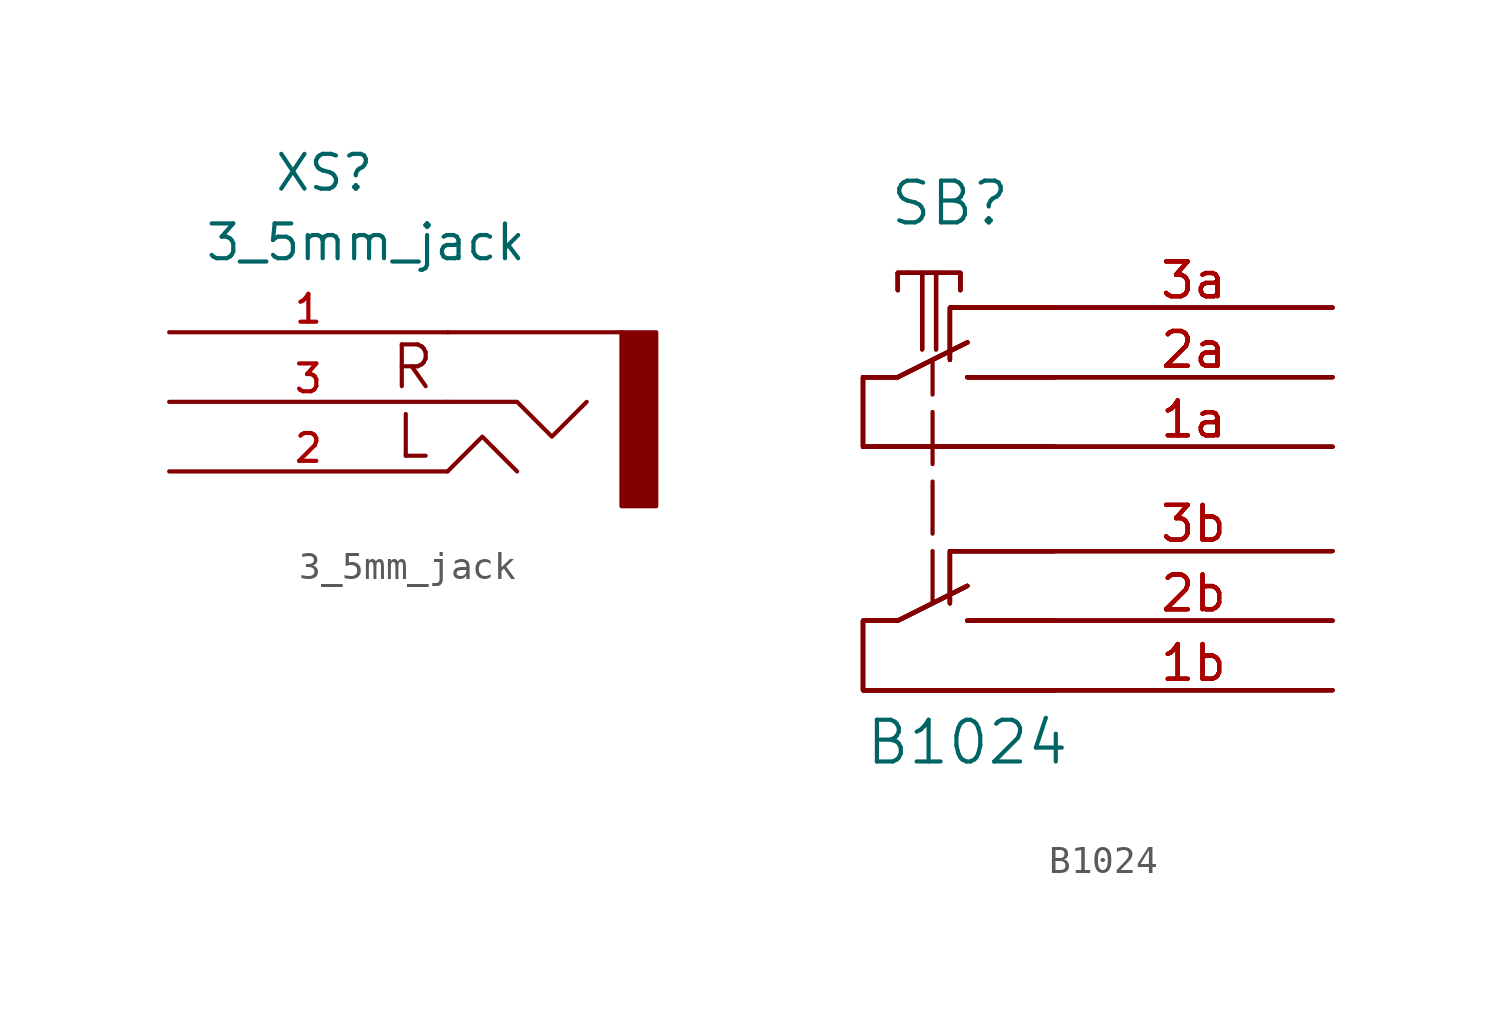
<source format=kicad_sym>
(kicad_symbol_lib
  (version 20211014)
  (generator kicad_symbol_editor)
  (symbol "3_5mm_jack"
    (pin_names
      (offset 1.016))
    (property "Reference" "XS"
      (at 3.81 5.08 0)
      (effects (font (size 1.27 1.27)) (justify left bottom)))
    (property "Value" "3_5mm_jack"
      (at 1.27 2.54 0)
      (effects (font (size 1.27 1.27)) (justify left bottom)))
    (property "Datasheet" ""
      (at 0 0 0)
      (effects (font (size 1.524 1.524))))
    (property "ki_locked" ""
      (at 0 0 0)
      (effects (font (size 1.27 1.27))))
    (symbol "3_5mm_jack_0_0"
      (text "L" (at 8.89 -3.81 0) (effects (font (size 1.524 1.524))))
      (text "R" (at 8.89 -1.27 0) (effects (font (size 1.524 1.524)))))
    (symbol "3_5mm_jack_0_1"
      (polyline (pts (xy 10.16 0) (xy 16.51 0)) (stroke (width 0) (type default) (color 0 0 0 0)) (fill (type none)))
      (polyline (pts (xy 10.16 -5.08) (xy 11.43 -3.81) (xy 12.7 -5.08)) (stroke (width 0) (type default) (color 0 0 0 0)) (fill (type none)))
      (polyline (pts (xy 15.24 -2.54) (xy 13.97 -3.81) (xy 12.7 -2.54) (xy 10.16 -2.54)) (stroke (width 0) (type default) (color 0 0 0 0)) (fill (type none)))
      (rectangle (start 16.51 0) (end 17.78 -6.35) (stroke (width 0) (type default) (color 0 0 0 0)) (fill (type outline))))
    (symbol "3_5mm_jack_1_1"
      (pin passive line (at 0 0 0) (length 10.16) (name "~" (effects (font (size 1.016 1.016)))) (number "1" (effects (font (size 1.016 1.016)))))
      (pin input line (at 0 -5.08 0) (length 10.16) (name "~" (effects (font (size 1.016 1.016)))) (number "2" (effects (font (size 1.016 1.016)))))
      (pin input line (at 0 -2.54 0) (length 10.16) (name "~" (effects (font (size 1.016 1.016)))) (number "3" (effects (font (size 1.016 1.016)))))))
  (symbol "B1024"
    (pin_names
      (offset 1.016))
    (property "Reference" "SB"
      (at -13.97 3.81 0)
      (effects (font (size 1.524 1.524))))
    (property "Value" "B1024"
      (at -13.335 -15.875 0)
      (effects (font (size 1.524 1.524))))
    (property "Footprint" ""
      (at 0 0 0)
      (effects (font (size 1.524 1.524))))
    (property "Datasheet" ""
      (at 0 0 0)
      (effects (font (size 1.524 1.524))))
    (symbol "B1024_0_1"
      (polyline (pts (xy -15.875 1.27) (xy -15.875 0.635)) (stroke (width 0) (type default) (color 0 0 0 0)) (fill (type none)))
      (polyline (pts (xy -15.875 1.27) (xy -15.875 0.635)) (stroke (width 0) (type default) (color 0 0 0 0)) (fill (type none)))
      (polyline (pts (xy -15.875 1.27) (xy -15.875 0.635)) (stroke (width 0) (type default) (color 0 0 0 0)) (fill (type none)))
      (polyline (pts (xy -15.875 1.27) (xy -15.875 0.635)) (stroke (width 0) (type default) (color 0 0 0 0)) (fill (type none)))
      (polyline (pts (xy -14.986 1.27) (xy -14.986 -1.524)) (stroke (width 0) (type default) (color 0 0 0 0)) (fill (type none)))
      (polyline (pts (xy -14.986 1.27) (xy -14.986 -1.524)) (stroke (width 0) (type default) (color 0 0 0 0)) (fill (type none)))
      (polyline (pts (xy -14.986 1.27) (xy -14.986 -1.524)) (stroke (width 0) (type default) (color 0 0 0 0)) (fill (type none)))
      (polyline (pts (xy -14.986 1.27) (xy -14.986 -1.524)) (stroke (width 0) (type default) (color 0 0 0 0)) (fill (type none)))
      (polyline (pts (xy -14.605 -8.89) (xy -14.605 -10.795)) (stroke (width 0) (type default) (color 0 0 0 0)) (fill (type none)))
      (polyline (pts (xy -14.605 -6.35) (xy -14.605 -8.255)) (stroke (width 0) (type default) (color 0 0 0 0)) (fill (type none)))
      (polyline (pts (xy -14.605 -3.81) (xy -14.605 -5.715)) (stroke (width 0) (type default) (color 0 0 0 0)) (fill (type none)))
      (polyline (pts (xy -14.478 1.27) (xy -14.478 -1.524)) (stroke (width 0) (type default) (color 0 0 0 0)) (fill (type none)))
      (polyline (pts (xy -14.478 1.27) (xy -14.478 -1.524)) (stroke (width 0) (type default) (color 0 0 0 0)) (fill (type none)))
      (polyline (pts (xy -14.478 1.27) (xy -14.478 -1.524)) (stroke (width 0) (type default) (color 0 0 0 0)) (fill (type none)))
      (polyline (pts (xy -14.478 1.27) (xy -14.478 -1.524)) (stroke (width 0) (type default) (color 0 0 0 0)) (fill (type none)))
      (polyline (pts (xy -13.335 -10.16) (xy -15.875 -11.43)) (stroke (width 0) (type default) (color 0 0 0 0)) (fill (type none)))
      (polyline (pts (xy -13.335 -10.16) (xy -15.875 -11.43)) (stroke (width 0) (type default) (color 0 0 0 0)) (fill (type none)))
      (polyline (pts (xy -13.335 -10.16) (xy -15.875 -11.43)) (stroke (width 0) (type default) (color 0 0 0 0)) (fill (type none)))
      (polyline (pts (xy -13.335 -10.16) (xy -15.875 -11.43)) (stroke (width 0) (type default) (color 0 0 0 0)) (fill (type none)))
      (polyline (pts (xy -13.335 -10.16) (xy -15.875 -11.43)) (stroke (width 0) (type default) (color 0 0 0 0)) (fill (type none)))
      (polyline (pts (xy -13.335 -10.16) (xy -15.875 -11.43)) (stroke (width 0) (type default) (color 0 0 0 0)) (fill (type none)))
      (polyline (pts (xy -13.335 -10.16) (xy -15.875 -11.43)) (stroke (width 0) (type default) (color 0 0 0 0)) (fill (type none)))
      (polyline (pts (xy -13.335 -10.16) (xy -15.875 -11.43)) (stroke (width 0) (type default) (color 0 0 0 0)) (fill (type none)))
      (polyline (pts (xy -13.335 -1.27) (xy -15.875 -2.54)) (stroke (width 0) (type default) (color 0 0 0 0)) (fill (type none)))
      (polyline (pts (xy -13.335 -1.27) (xy -15.875 -2.54)) (stroke (width 0) (type default) (color 0 0 0 0)) (fill (type none)))
      (polyline (pts (xy -13.335 -1.27) (xy -15.875 -2.54)) (stroke (width 0) (type default) (color 0 0 0 0)) (fill (type none)))
      (polyline (pts (xy -13.335 -1.27) (xy -15.875 -2.54)) (stroke (width 0) (type default) (color 0 0 0 0)) (fill (type none)))
      (polyline (pts (xy -13.335 -1.27) (xy -15.875 -2.54)) (stroke (width 0) (type default) (color 0 0 0 0)) (fill (type none)))
      (polyline (pts (xy -13.335 -1.27) (xy -15.875 -2.54)) (stroke (width 0) (type default) (color 0 0 0 0)) (fill (type none)))
      (polyline (pts (xy -13.335 -1.27) (xy -15.875 -2.54)) (stroke (width 0) (type default) (color 0 0 0 0)) (fill (type none)))
      (polyline (pts (xy -13.335 -1.27) (xy -15.875 -2.54)) (stroke (width 0) (type default) (color 0 0 0 0)) (fill (type none)))
      (polyline (pts (xy -10.16 -11.43) (xy -13.335 -11.43)) (stroke (width 0) (type default) (color 0 0 0 0)) (fill (type none)))
      (polyline (pts (xy -10.16 -11.43) (xy -13.335 -11.43)) (stroke (width 0) (type default) (color 0 0 0 0)) (fill (type none)))
      (polyline (pts (xy -10.16 -11.43) (xy -13.335 -11.43)) (stroke (width 0) (type default) (color 0 0 0 0)) (fill (type none)))
      (polyline (pts (xy -10.16 -11.43) (xy -13.335 -11.43)) (stroke (width 0) (type default) (color 0 0 0 0)) (fill (type none)))
      (polyline (pts (xy -10.16 -11.43) (xy -13.335 -11.43)) (stroke (width 0) (type default) (color 0 0 0 0)) (fill (type none)))
      (polyline (pts (xy -10.16 -11.43) (xy -13.335 -11.43)) (stroke (width 0) (type default) (color 0 0 0 0)) (fill (type none)))
      (polyline (pts (xy -10.16 -11.43) (xy -13.335 -11.43)) (stroke (width 0) (type default) (color 0 0 0 0)) (fill (type none)))
      (polyline (pts (xy -10.16 -11.43) (xy -13.335 -11.43)) (stroke (width 0) (type default) (color 0 0 0 0)) (fill (type none)))
      (polyline (pts (xy -10.16 -2.54) (xy -13.335 -2.54)) (stroke (width 0) (type default) (color 0 0 0 0)) (fill (type none)))
      (polyline (pts (xy -10.16 -2.54) (xy -13.335 -2.54)) (stroke (width 0) (type default) (color 0 0 0 0)) (fill (type none)))
      (polyline (pts (xy -10.16 -2.54) (xy -13.335 -2.54)) (stroke (width 0) (type default) (color 0 0 0 0)) (fill (type none)))
      (polyline (pts (xy -10.16 -2.54) (xy -13.335 -2.54)) (stroke (width 0) (type default) (color 0 0 0 0)) (fill (type none)))
      (polyline (pts (xy -10.16 -2.54) (xy -13.335 -2.54)) (stroke (width 0) (type default) (color 0 0 0 0)) (fill (type none)))
      (polyline (pts (xy -10.16 -2.54) (xy -13.335 -2.54)) (stroke (width 0) (type default) (color 0 0 0 0)) (fill (type none)))
      (polyline (pts (xy -10.16 -2.54) (xy -13.335 -2.54)) (stroke (width 0) (type default) (color 0 0 0 0)) (fill (type none)))
      (polyline (pts (xy -10.16 -2.54) (xy -13.335 -2.54)) (stroke (width 0) (type default) (color 0 0 0 0)) (fill (type none)))
      (polyline (pts (xy -15.494 1.27) (xy -15.875 1.27) (xy -15.875 1.27)) (stroke (width 0) (type default) (color 0 0 0 0)) (fill (type none)))
      (polyline (pts (xy -15.494 1.27) (xy -15.875 1.27) (xy -15.875 1.27)) (stroke (width 0) (type default) (color 0 0 0 0)) (fill (type none)))
      (polyline (pts (xy -15.494 1.27) (xy -15.875 1.27) (xy -15.875 1.27)) (stroke (width 0) (type default) (color 0 0 0 0)) (fill (type none)))
      (polyline (pts (xy -15.494 1.27) (xy -15.875 1.27) (xy -15.875 1.27)) (stroke (width 0) (type default) (color 0 0 0 0)) (fill (type none)))
      (polyline (pts (xy -15.494 1.27) (xy -13.589 1.27) (xy -13.589 0.635)) (stroke (width 0) (type default) (color 0 0 0 0)) (fill (type none)))
      (polyline (pts (xy -15.494 1.27) (xy -13.589 1.27) (xy -13.589 0.635)) (stroke (width 0) (type default) (color 0 0 0 0)) (fill (type none)))
      (polyline (pts (xy -15.494 1.27) (xy -13.589 1.27) (xy -13.589 0.635)) (stroke (width 0) (type default) (color 0 0 0 0)) (fill (type none)))
      (polyline (pts (xy -15.494 1.27) (xy -13.589 1.27) (xy -13.589 0.635)) (stroke (width 0) (type default) (color 0 0 0 0)) (fill (type none)))
      (polyline (pts (xy -14.605 -1.905) (xy -14.605 -3.175) (xy -14.605 -3.175)) (stroke (width 0) (type default) (color 0 0 0 0)) (fill (type none)))
      (polyline (pts (xy -13.97 -10.795) (xy -13.97 -8.89) (xy -10.16 -8.89)) (stroke (width 0) (type default) (color 0 0 0 0)) (fill (type none)))
      (polyline (pts (xy -13.97 -10.795) (xy -13.97 -8.89) (xy -10.16 -8.89)) (stroke (width 0) (type default) (color 0 0 0 0)) (fill (type none)))
      (polyline (pts (xy -13.97 -10.795) (xy -13.97 -8.89) (xy -10.16 -8.89)) (stroke (width 0) (type default) (color 0 0 0 0)) (fill (type none)))
      (polyline (pts (xy -13.97 -10.795) (xy -13.97 -8.89) (xy -10.16 -8.89)) (stroke (width 0) (type default) (color 0 0 0 0)) (fill (type none)))
      (polyline (pts (xy -13.97 -10.795) (xy -13.97 -8.89) (xy -10.16 -8.89)) (stroke (width 0) (type default) (color 0 0 0 0)) (fill (type none)))
      (polyline (pts (xy -13.97 -10.795) (xy -13.97 -8.89) (xy -10.16 -8.89)) (stroke (width 0) (type default) (color 0 0 0 0)) (fill (type none)))
      (polyline (pts (xy -13.97 -10.795) (xy -13.97 -8.89) (xy -10.16 -8.89)) (stroke (width 0) (type default) (color 0 0 0 0)) (fill (type none)))
      (polyline (pts (xy -13.97 -10.795) (xy -13.97 -8.89) (xy -10.16 -8.89)) (stroke (width 0) (type default) (color 0 0 0 0)) (fill (type none)))
      (polyline (pts (xy -13.97 -1.905) (xy -13.97 0) (xy -10.16 0)) (stroke (width 0) (type default) (color 0 0 0 0)) (fill (type none)))
      (polyline (pts (xy -13.97 -1.905) (xy -13.97 0) (xy -10.16 0)) (stroke (width 0) (type default) (color 0 0 0 0)) (fill (type none)))
      (polyline (pts (xy -13.97 -1.905) (xy -13.97 0) (xy -10.16 0)) (stroke (width 0) (type default) (color 0 0 0 0)) (fill (type none)))
      (polyline (pts (xy -13.97 -1.905) (xy -13.97 0) (xy -10.16 0)) (stroke (width 0) (type default) (color 0 0 0 0)) (fill (type none)))
      (polyline (pts (xy -13.97 -1.905) (xy -13.97 0) (xy -10.16 0)) (stroke (width 0) (type default) (color 0 0 0 0)) (fill (type none)))
      (polyline (pts (xy -13.97 -1.905) (xy -13.97 0) (xy -10.16 0)) (stroke (width 0) (type default) (color 0 0 0 0)) (fill (type none)))
      (polyline (pts (xy -13.97 -1.905) (xy -13.97 0) (xy -10.16 0)) (stroke (width 0) (type default) (color 0 0 0 0)) (fill (type none)))
      (polyline (pts (xy -13.97 -1.905) (xy -13.97 0) (xy -10.16 0)) (stroke (width 0) (type default) (color 0 0 0 0)) (fill (type none)))
      (polyline (pts (xy -15.875 -11.43) (xy -17.145 -11.43) (xy -17.145 -13.97) (xy -10.16 -13.97)) (stroke (width 0) (type default) (color 0 0 0 0)) (fill (type none)))
      (polyline (pts (xy -15.875 -11.43) (xy -17.145 -11.43) (xy -17.145 -13.97) (xy -10.16 -13.97)) (stroke (width 0) (type default) (color 0 0 0 0)) (fill (type none)))
      (polyline (pts (xy -15.875 -11.43) (xy -17.145 -11.43) (xy -17.145 -13.97) (xy -10.16 -13.97)) (stroke (width 0) (type default) (color 0 0 0 0)) (fill (type none)))
      (polyline (pts (xy -15.875 -11.43) (xy -17.145 -11.43) (xy -17.145 -13.97) (xy -10.16 -13.97)) (stroke (width 0) (type default) (color 0 0 0 0)) (fill (type none)))
      (polyline (pts (xy -15.875 -11.43) (xy -17.145 -11.43) (xy -17.145 -13.97) (xy -10.16 -13.97)) (stroke (width 0) (type default) (color 0 0 0 0)) (fill (type none)))
      (polyline (pts (xy -15.875 -11.43) (xy -17.145 -11.43) (xy -17.145 -13.97) (xy -10.16 -13.97)) (stroke (width 0) (type default) (color 0 0 0 0)) (fill (type none)))
      (polyline (pts (xy -15.875 -11.43) (xy -17.145 -11.43) (xy -17.145 -13.97) (xy -10.16 -13.97)) (stroke (width 0) (type default) (color 0 0 0 0)) (fill (type none)))
      (polyline (pts (xy -15.875 -11.43) (xy -17.145 -11.43) (xy -17.145 -13.97) (xy -10.16 -13.97)) (stroke (width 0) (type default) (color 0 0 0 0)) (fill (type none)))
      (polyline (pts (xy -15.875 -2.54) (xy -17.145 -2.54) (xy -17.145 -5.08) (xy -10.16 -5.08)) (stroke (width 0) (type default) (color 0 0 0 0)) (fill (type none)))
      (polyline (pts (xy -15.875 -2.54) (xy -17.145 -2.54) (xy -17.145 -5.08) (xy -10.16 -5.08)) (stroke (width 0) (type default) (color 0 0 0 0)) (fill (type none)))
      (polyline (pts (xy -15.875 -2.54) (xy -17.145 -2.54) (xy -17.145 -5.08) (xy -10.16 -5.08)) (stroke (width 0) (type default) (color 0 0 0 0)) (fill (type none)))
      (polyline (pts (xy -15.875 -2.54) (xy -17.145 -2.54) (xy -17.145 -5.08) (xy -10.16 -5.08)) (stroke (width 0) (type default) (color 0 0 0 0)) (fill (type none)))
      (polyline (pts (xy -15.875 -2.54) (xy -17.145 -2.54) (xy -17.145 -5.08) (xy -10.16 -5.08)) (stroke (width 0) (type default) (color 0 0 0 0)) (fill (type none)))
      (polyline (pts (xy -15.875 -2.54) (xy -17.145 -2.54) (xy -17.145 -5.08) (xy -10.16 -5.08)) (stroke (width 0) (type default) (color 0 0 0 0)) (fill (type none)))
      (polyline (pts (xy -15.875 -2.54) (xy -17.145 -2.54) (xy -17.145 -5.08) (xy -10.16 -5.08)) (stroke (width 0) (type default) (color 0 0 0 0)) (fill (type none)))
      (polyline (pts (xy -15.875 -2.54) (xy -17.145 -2.54) (xy -17.145 -5.08) (xy -10.16 -5.08)) (stroke (width 0) (type default) (color 0 0 0 0)) (fill (type none))))
    (symbol "B1024_1_1"
      (pin passive line (at 0 -5.08 180) (length 10.16) (name "~" (effects (font (size 1.27 1.27)))) (number "1a" (effects (font (size 1.27 1.27)))))
      (pin passive line (at 0 -5.08 180) (length 10.16) (name "~" (effects (font (size 1.27 1.27)))) (number "1a" (effects (font (size 1.27 1.27)))))
      (pin passive line (at 0 -5.08 180) (length 10.16) (name "~" (effects (font (size 1.27 1.27)))) (number "1a" (effects (font (size 1.27 1.27)))))
      (pin passive line (at 0 -5.08 180) (length 10.16) (name "~" (effects (font (size 1.27 1.27)))) (number "1a" (effects (font (size 1.27 1.27)))))
      (pin passive line (at 0 -13.97 180) (length 10.16) (name "~" (effects (font (size 1.27 1.27)))) (number "1b" (effects (font (size 1.27 1.27)))))
      (pin passive line (at 0 -13.97 180) (length 10.16) (name "~" (effects (font (size 1.27 1.27)))) (number "1b" (effects (font (size 1.27 1.27)))))
      (pin passive line (at 0 -13.97 180) (length 10.16) (name "~" (effects (font (size 1.27 1.27)))) (number "1b" (effects (font (size 1.27 1.27)))))
      (pin passive line (at 0 -13.97 180) (length 10.16) (name "~" (effects (font (size 1.27 1.27)))) (number "1b" (effects (font (size 1.27 1.27)))))
      (pin passive line (at 0 -2.54 180) (length 10.16) (name "~" (effects (font (size 1.27 1.27)))) (number "2a" (effects (font (size 1.27 1.27)))))
      (pin passive line (at 0 -2.54 180) (length 10.16) (name "~" (effects (font (size 1.27 1.27)))) (number "2a" (effects (font (size 1.27 1.27)))))
      (pin passive line (at 0 -2.54 180) (length 10.16) (name "~" (effects (font (size 1.27 1.27)))) (number "2a" (effects (font (size 1.27 1.27)))))
      (pin passive line (at 0 -2.54 180) (length 10.16) (name "~" (effects (font (size 1.27 1.27)))) (number "2a" (effects (font (size 1.27 1.27)))))
      (pin passive line (at 0 -11.43 180) (length 10.16) (name "~" (effects (font (size 1.27 1.27)))) (number "2b" (effects (font (size 1.27 1.27)))))
      (pin passive line (at 0 -11.43 180) (length 10.16) (name "~" (effects (font (size 1.27 1.27)))) (number "2b" (effects (font (size 1.27 1.27)))))
      (pin passive line (at 0 -11.43 180) (length 10.16) (name "~" (effects (font (size 1.27 1.27)))) (number "2b" (effects (font (size 1.27 1.27)))))
      (pin passive line (at 0 -11.43 180) (length 10.16) (name "~" (effects (font (size 1.27 1.27)))) (number "2b" (effects (font (size 1.27 1.27)))))
      (pin passive line (at 0 0 180) (length 10.16) (name "~" (effects (font (size 1.27 1.27)))) (number "3a" (effects (font (size 1.27 1.27)))))
      (pin passive line (at 0 0 180) (length 10.16) (name "~" (effects (font (size 1.27 1.27)))) (number "3a" (effects (font (size 1.27 1.27)))))
      (pin passive line (at 0 0 180) (length 10.16) (name "~" (effects (font (size 1.27 1.27)))) (number "3a" (effects (font (size 1.27 1.27)))))
      (pin passive line (at 0 0 180) (length 10.16) (name "~" (effects (font (size 1.27 1.27)))) (number "3a" (effects (font (size 1.27 1.27)))))
      (pin passive line (at 0 -8.89 180) (length 10.16) (name "~" (effects (font (size 1.27 1.27)))) (number "3b" (effects (font (size 1.27 1.27)))))
      (pin passive line (at 0 -8.89 180) (length 10.16) (name "~" (effects (font (size 1.27 1.27)))) (number "3b" (effects (font (size 1.27 1.27)))))
      (pin passive line (at 0 -8.89 180) (length 10.16) (name "~" (effects (font (size 1.27 1.27)))) (number "3b" (effects (font (size 1.27 1.27)))))
      (pin passive line (at 0 -8.89 180) (length 10.16) (name "~" (effects (font (size 1.27 1.27)))) (number "3b" (effects (font (size 1.27 1.27))))))))
</source>
